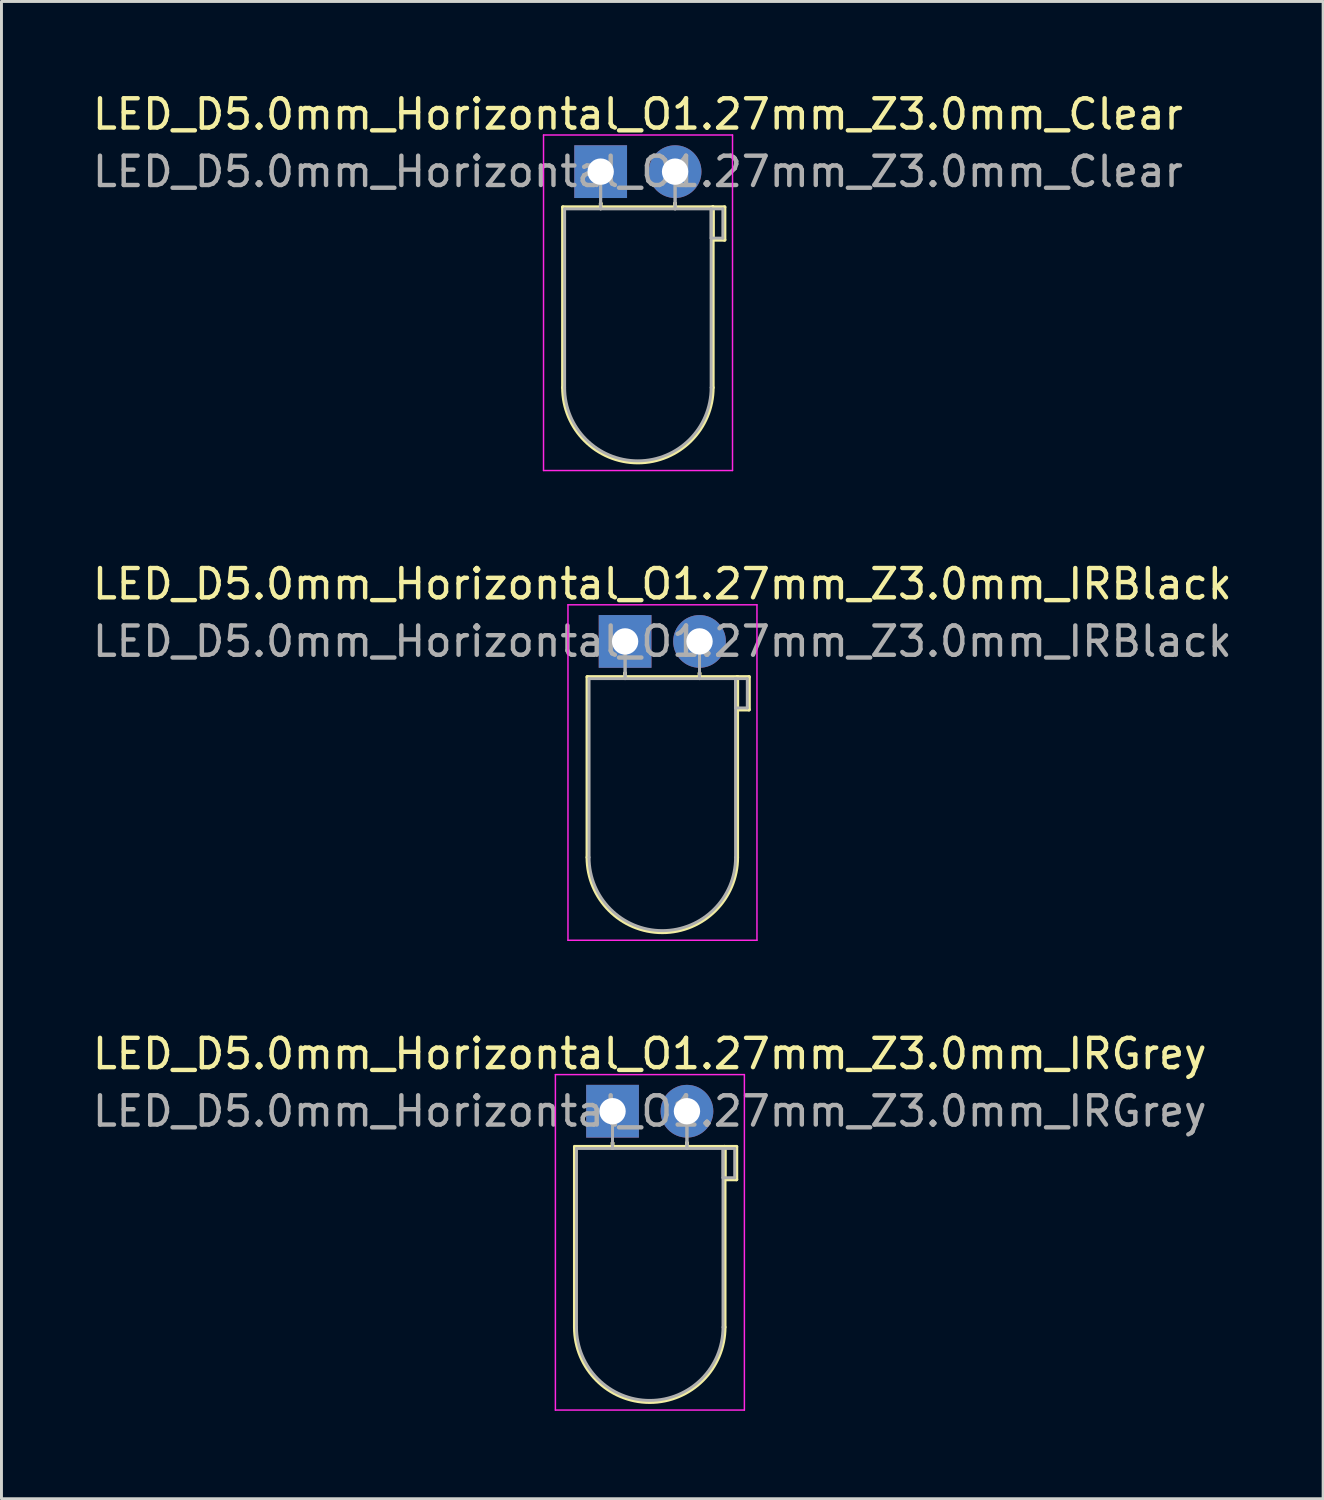
<source format=kicad_pcb>
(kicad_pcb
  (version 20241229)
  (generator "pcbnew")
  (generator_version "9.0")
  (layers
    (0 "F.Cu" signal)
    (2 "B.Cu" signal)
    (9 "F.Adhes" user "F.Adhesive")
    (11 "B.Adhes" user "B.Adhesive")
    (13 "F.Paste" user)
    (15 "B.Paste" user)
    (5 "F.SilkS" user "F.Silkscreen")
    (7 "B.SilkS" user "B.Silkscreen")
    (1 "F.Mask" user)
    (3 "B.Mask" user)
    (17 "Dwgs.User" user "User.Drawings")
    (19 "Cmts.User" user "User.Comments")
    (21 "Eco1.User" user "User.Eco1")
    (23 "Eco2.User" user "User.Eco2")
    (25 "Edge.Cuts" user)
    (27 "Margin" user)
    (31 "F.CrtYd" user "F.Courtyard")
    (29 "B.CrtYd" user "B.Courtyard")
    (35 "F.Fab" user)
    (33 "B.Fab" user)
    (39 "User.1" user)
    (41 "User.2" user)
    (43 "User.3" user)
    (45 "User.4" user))
  (footprint "LED_D5.0mm_Horizontal_O1.27mm_Z3.0mm_IRBlack"
    (layer "F.Cu")
    (at 18.284 18.841)
    (property "Reference" "LED_D5.0mm_Horizontal_O1.27mm_Z3.0mm_IRBlack" (at 1.27 -1.96 0) (layer "F.SilkS") (effects (font (size 1 1) (thickness 0.15))))
    (attr through_hole)
    (fp_line (start -1.29 1.21) (end -1.29 7.37) (stroke (width 0.12) (type solid)) (layer "F.SilkS"))
    (fp_line (start -1.29 1.21) (end 3.83 1.21) (stroke (width 0.12) (type solid)) (layer "F.SilkS"))
    (fp_line (start 0 1.08) (end 0 1.08) (stroke (width 0.12) (type solid)) (layer "F.SilkS"))
    (fp_line (start 0 1.08) (end 0 1.21) (stroke (width 0.12) (type solid)) (layer "F.SilkS"))
    (fp_line (start 0 1.21) (end 0 1.08) (stroke (width 0.12) (type solid)) (layer "F.SilkS"))
    (fp_line (start 0 1.21) (end 0 1.21) (stroke (width 0.12) (type solid)) (layer "F.SilkS"))
    (fp_line (start 2.54 1.08) (end 2.54 1.08) (stroke (width 0.12) (type solid)) (layer "F.SilkS"))
    (fp_line (start 2.54 1.08) (end 2.54 1.21) (stroke (width 0.12) (type solid)) (layer "F.SilkS"))
    (fp_line (start 2.54 1.21) (end 2.54 1.08) (stroke (width 0.12) (type solid)) (layer "F.SilkS"))
    (fp_line (start 2.54 1.21) (end 2.54 1.21) (stroke (width 0.12) (type solid)) (layer "F.SilkS"))
    (fp_line (start 3.83 1.21) (end 3.83 7.37) (stroke (width 0.12) (type solid)) (layer "F.SilkS"))
    (fp_line (start 3.83 1.21) (end 4.23 1.21) (stroke (width 0.12) (type solid)) (layer "F.SilkS"))
    (fp_line (start 3.83 2.33) (end 3.83 1.21) (stroke (width 0.12) (type solid)) (layer "F.SilkS"))
    (fp_line (start 4.23 1.21) (end 4.23 2.33) (stroke (width 0.12) (type solid)) (layer "F.SilkS"))
    (fp_line (start 4.23 2.33) (end 3.83 2.33) (stroke (width 0.12) (type solid)) (layer "F.SilkS"))
    (fp_arc (start 3.83 7.37) (mid 1.27 9.93) (end -1.29 7.37) (stroke (width 0.12) (type solid)) (layer "F.SilkS"))
    (fp_line (start -1.95 -1.25) (end -1.95 10.2) (stroke (width 0.05) (type solid)) (layer "F.CrtYd"))
    (fp_line (start -1.95 10.2) (end 4.5 10.2) (stroke (width 0.05) (type solid)) (layer "F.CrtYd"))
    (fp_line (start 4.5 -1.25) (end -1.95 -1.25) (stroke (width 0.05) (type solid)) (layer "F.CrtYd"))
    (fp_line (start 4.5 10.2) (end 4.5 -1.25) (stroke (width 0.05) (type solid)) (layer "F.CrtYd"))
    (fp_line (start -1.23 1.27) (end -1.23 7.37) (stroke (width 0.1) (type solid)) (layer "F.Fab"))
    (fp_line (start -1.23 1.27) (end 3.77 1.27) (stroke (width 0.1) (type solid)) (layer "F.Fab"))
    (fp_line (start 0 0) (end 0 0) (stroke (width 0.1) (type solid)) (layer "F.Fab"))
    (fp_line (start 0 0) (end 0 1.27) (stroke (width 0.1) (type solid)) (layer "F.Fab"))
    (fp_line (start 0 1.27) (end 0 0) (stroke (width 0.1) (type solid)) (layer "F.Fab"))
    (fp_line (start 0 1.27) (end 0 1.27) (stroke (width 0.1) (type solid)) (layer "F.Fab"))
    (fp_line (start 2.54 0) (end 2.54 0) (stroke (width 0.1) (type solid)) (layer "F.Fab"))
    (fp_line (start 2.54 0) (end 2.54 1.27) (stroke (width 0.1) (type solid)) (layer "F.Fab"))
    (fp_line (start 2.54 1.27) (end 2.54 0) (stroke (width 0.1) (type solid)) (layer "F.Fab"))
    (fp_line (start 2.54 1.27) (end 2.54 1.27) (stroke (width 0.1) (type solid)) (layer "F.Fab"))
    (fp_line (start 3.77 1.27) (end 3.77 7.37) (stroke (width 0.1) (type solid)) (layer "F.Fab"))
    (fp_line (start 3.77 1.27) (end 4.17 1.27) (stroke (width 0.1) (type solid)) (layer "F.Fab"))
    (fp_line (start 3.77 2.27) (end 3.77 1.27) (stroke (width 0.1) (type solid)) (layer "F.Fab"))
    (fp_line (start 4.17 1.27) (end 4.17 2.27) (stroke (width 0.1) (type solid)) (layer "F.Fab"))
    (fp_line (start 4.17 2.27) (end 3.77 2.27) (stroke (width 0.1) (type solid)) (layer "F.Fab"))
    (fp_arc (start 3.77 7.37) (mid 1.27 9.87) (end -1.23 7.37) (stroke (width 0.1) (type solid)) (layer "F.Fab"))
    (fp_text user "${REFERENCE}" (at 1.27 0 0) (layer "F.Fab") (effects (font (size 1 1) (thickness 0.15))))
    (pad "1" thru_hole rect (at 0 0) (size 1.8 1.8) (drill 0.9) (layers "*.Cu" "*.Mask"))
    (pad "2" thru_hole circle (at 2.54 0) (size 1.8 1.8) (drill 0.9) (layers "*.Cu" "*.Mask")))
  (footprint "LED_D5.0mm_Horizontal_O1.27mm_Z3.0mm_Clear"
    (layer "F.Cu")
    (at 17.45 2.808)
    (property "Reference" "LED_D5.0mm_Horizontal_O1.27mm_Z3.0mm_Clear" (at 1.27 -1.96 0) (layer "F.SilkS") (effects (font (size 1 1) (thickness 0.15))))
    (attr through_hole)
    (fp_line (start -1.29 1.21) (end -1.29 7.37) (stroke (width 0.12) (type solid)) (layer "F.SilkS"))
    (fp_line (start -1.29 1.21) (end 3.83 1.21) (stroke (width 0.12) (type solid)) (layer "F.SilkS"))
    (fp_line (start 0 1.08) (end 0 1.08) (stroke (width 0.12) (type solid)) (layer "F.SilkS"))
    (fp_line (start 0 1.08) (end 0 1.21) (stroke (width 0.12) (type solid)) (layer "F.SilkS"))
    (fp_line (start 0 1.21) (end 0 1.08) (stroke (width 0.12) (type solid)) (layer "F.SilkS"))
    (fp_line (start 0 1.21) (end 0 1.21) (stroke (width 0.12) (type solid)) (layer "F.SilkS"))
    (fp_line (start 2.54 1.08) (end 2.54 1.08) (stroke (width 0.12) (type solid)) (layer "F.SilkS"))
    (fp_line (start 2.54 1.08) (end 2.54 1.21) (stroke (width 0.12) (type solid)) (layer "F.SilkS"))
    (fp_line (start 2.54 1.21) (end 2.54 1.08) (stroke (width 0.12) (type solid)) (layer "F.SilkS"))
    (fp_line (start 2.54 1.21) (end 2.54 1.21) (stroke (width 0.12) (type solid)) (layer "F.SilkS"))
    (fp_line (start 3.83 1.21) (end 3.83 7.37) (stroke (width 0.12) (type solid)) (layer "F.SilkS"))
    (fp_line (start 3.83 1.21) (end 4.23 1.21) (stroke (width 0.12) (type solid)) (layer "F.SilkS"))
    (fp_line (start 3.83 2.33) (end 3.83 1.21) (stroke (width 0.12) (type solid)) (layer "F.SilkS"))
    (fp_line (start 4.23 1.21) (end 4.23 2.33) (stroke (width 0.12) (type solid)) (layer "F.SilkS"))
    (fp_line (start 4.23 2.33) (end 3.83 2.33) (stroke (width 0.12) (type solid)) (layer "F.SilkS"))
    (fp_arc (start 3.83 7.37) (mid 1.27 9.93) (end -1.29 7.37) (stroke (width 0.12) (type solid)) (layer "F.SilkS"))
    (fp_line (start -1.95 -1.25) (end -1.95 10.2) (stroke (width 0.05) (type solid)) (layer "F.CrtYd"))
    (fp_line (start -1.95 10.2) (end 4.5 10.2) (stroke (width 0.05) (type solid)) (layer "F.CrtYd"))
    (fp_line (start 4.5 -1.25) (end -1.95 -1.25) (stroke (width 0.05) (type solid)) (layer "F.CrtYd"))
    (fp_line (start 4.5 10.2) (end 4.5 -1.25) (stroke (width 0.05) (type solid)) (layer "F.CrtYd"))
    (fp_line (start -1.23 1.27) (end -1.23 7.37) (stroke (width 0.1) (type solid)) (layer "F.Fab"))
    (fp_line (start -1.23 1.27) (end 3.77 1.27) (stroke (width 0.1) (type solid)) (layer "F.Fab"))
    (fp_line (start 0 0) (end 0 0) (stroke (width 0.1) (type solid)) (layer "F.Fab"))
    (fp_line (start 0 0) (end 0 1.27) (stroke (width 0.1) (type solid)) (layer "F.Fab"))
    (fp_line (start 0 1.27) (end 0 0) (stroke (width 0.1) (type solid)) (layer "F.Fab"))
    (fp_line (start 0 1.27) (end 0 1.27) (stroke (width 0.1) (type solid)) (layer "F.Fab"))
    (fp_line (start 2.54 0) (end 2.54 0) (stroke (width 0.1) (type solid)) (layer "F.Fab"))
    (fp_line (start 2.54 0) (end 2.54 1.27) (stroke (width 0.1) (type solid)) (layer "F.Fab"))
    (fp_line (start 2.54 1.27) (end 2.54 0) (stroke (width 0.1) (type solid)) (layer "F.Fab"))
    (fp_line (start 2.54 1.27) (end 2.54 1.27) (stroke (width 0.1) (type solid)) (layer "F.Fab"))
    (fp_line (start 3.77 1.27) (end 3.77 7.37) (stroke (width 0.1) (type solid)) (layer "F.Fab"))
    (fp_line (start 3.77 1.27) (end 4.17 1.27) (stroke (width 0.1) (type solid)) (layer "F.Fab"))
    (fp_line (start 3.77 2.27) (end 3.77 1.27) (stroke (width 0.1) (type solid)) (layer "F.Fab"))
    (fp_line (start 4.17 1.27) (end 4.17 2.27) (stroke (width 0.1) (type solid)) (layer "F.Fab"))
    (fp_line (start 4.17 2.27) (end 3.77 2.27) (stroke (width 0.1) (type solid)) (layer "F.Fab"))
    (fp_arc (start 3.77 7.37) (mid 1.27 9.87) (end -1.23 7.37) (stroke (width 0.1) (type solid)) (layer "F.Fab"))
    (fp_text user "${REFERENCE}" (at 1.27 0 0) (layer "F.Fab") (effects (font (size 1 1) (thickness 0.15))))
    (pad "1" thru_hole rect (at 0 0) (size 1.8 1.8) (drill 0.9) (layers "*.Cu" "*.Mask"))
    (pad "2" thru_hole circle (at 2.54 0) (size 1.8 1.8) (drill 0.9) (layers "*.Cu" "*.Mask")))
  (footprint "LED_D5.0mm_Horizontal_O1.27mm_Z3.0mm_IRGrey"
    (layer "F.Cu")
    (at 17.855 34.875)
    (property "Reference" "LED_D5.0mm_Horizontal_O1.27mm_Z3.0mm_IRGrey" (at 1.27 -1.96 0) (layer "F.SilkS") (effects (font (size 1 1) (thickness 0.15))))
    (attr through_hole)
    (fp_line (start -1.29 1.21) (end -1.29 7.37) (stroke (width 0.12) (type solid)) (layer "F.SilkS"))
    (fp_line (start -1.29 1.21) (end 3.83 1.21) (stroke (width 0.12) (type solid)) (layer "F.SilkS"))
    (fp_line (start 0 1.08) (end 0 1.08) (stroke (width 0.12) (type solid)) (layer "F.SilkS"))
    (fp_line (start 0 1.08) (end 0 1.21) (stroke (width 0.12) (type solid)) (layer "F.SilkS"))
    (fp_line (start 0 1.21) (end 0 1.08) (stroke (width 0.12) (type solid)) (layer "F.SilkS"))
    (fp_line (start 0 1.21) (end 0 1.21) (stroke (width 0.12) (type solid)) (layer "F.SilkS"))
    (fp_line (start 2.54 1.08) (end 2.54 1.08) (stroke (width 0.12) (type solid)) (layer "F.SilkS"))
    (fp_line (start 2.54 1.08) (end 2.54 1.21) (stroke (width 0.12) (type solid)) (layer "F.SilkS"))
    (fp_line (start 2.54 1.21) (end 2.54 1.08) (stroke (width 0.12) (type solid)) (layer "F.SilkS"))
    (fp_line (start 2.54 1.21) (end 2.54 1.21) (stroke (width 0.12) (type solid)) (layer "F.SilkS"))
    (fp_line (start 3.83 1.21) (end 3.83 7.37) (stroke (width 0.12) (type solid)) (layer "F.SilkS"))
    (fp_line (start 3.83 1.21) (end 4.23 1.21) (stroke (width 0.12) (type solid)) (layer "F.SilkS"))
    (fp_line (start 3.83 2.33) (end 3.83 1.21) (stroke (width 0.12) (type solid)) (layer "F.SilkS"))
    (fp_line (start 4.23 1.21) (end 4.23 2.33) (stroke (width 0.12) (type solid)) (layer "F.SilkS"))
    (fp_line (start 4.23 2.33) (end 3.83 2.33) (stroke (width 0.12) (type solid)) (layer "F.SilkS"))
    (fp_arc (start 3.83 7.37) (mid 1.27 9.93) (end -1.29 7.37) (stroke (width 0.12) (type solid)) (layer "F.SilkS"))
    (fp_line (start -1.95 -1.25) (end -1.95 10.2) (stroke (width 0.05) (type solid)) (layer "F.CrtYd"))
    (fp_line (start -1.95 10.2) (end 4.5 10.2) (stroke (width 0.05) (type solid)) (layer "F.CrtYd"))
    (fp_line (start 4.5 -1.25) (end -1.95 -1.25) (stroke (width 0.05) (type solid)) (layer "F.CrtYd"))
    (fp_line (start 4.5 10.2) (end 4.5 -1.25) (stroke (width 0.05) (type solid)) (layer "F.CrtYd"))
    (fp_line (start -1.23 1.27) (end -1.23 7.37) (stroke (width 0.1) (type solid)) (layer "F.Fab"))
    (fp_line (start -1.23 1.27) (end 3.77 1.27) (stroke (width 0.1) (type solid)) (layer "F.Fab"))
    (fp_line (start 0 0) (end 0 0) (stroke (width 0.1) (type solid)) (layer "F.Fab"))
    (fp_line (start 0 0) (end 0 1.27) (stroke (width 0.1) (type solid)) (layer "F.Fab"))
    (fp_line (start 0 1.27) (end 0 0) (stroke (width 0.1) (type solid)) (layer "F.Fab"))
    (fp_line (start 0 1.27) (end 0 1.27) (stroke (width 0.1) (type solid)) (layer "F.Fab"))
    (fp_line (start 2.54 0) (end 2.54 0) (stroke (width 0.1) (type solid)) (layer "F.Fab"))
    (fp_line (start 2.54 0) (end 2.54 1.27) (stroke (width 0.1) (type solid)) (layer "F.Fab"))
    (fp_line (start 2.54 1.27) (end 2.54 0) (stroke (width 0.1) (type solid)) (layer "F.Fab"))
    (fp_line (start 2.54 1.27) (end 2.54 1.27) (stroke (width 0.1) (type solid)) (layer "F.Fab"))
    (fp_line (start 3.77 1.27) (end 3.77 7.37) (stroke (width 0.1) (type solid)) (layer "F.Fab"))
    (fp_line (start 3.77 1.27) (end 4.17 1.27) (stroke (width 0.1) (type solid)) (layer "F.Fab"))
    (fp_line (start 3.77 2.27) (end 3.77 1.27) (stroke (width 0.1) (type solid)) (layer "F.Fab"))
    (fp_line (start 4.17 1.27) (end 4.17 2.27) (stroke (width 0.1) (type solid)) (layer "F.Fab"))
    (fp_line (start 4.17 2.27) (end 3.77 2.27) (stroke (width 0.1) (type solid)) (layer "F.Fab"))
    (fp_arc (start 3.77 7.37) (mid 1.27 9.87) (end -1.23 7.37) (stroke (width 0.1) (type solid)) (layer "F.Fab"))
    (fp_text user "${REFERENCE}" (at 1.27 0 0) (layer "F.Fab") (effects (font (size 1 1) (thickness 0.15))))
    (pad "1" thru_hole rect (at 0 0) (size 1.8 1.8) (drill 0.9) (layers "*.Cu" "*.Mask"))
    (pad "2" thru_hole circle (at 2.54 0) (size 1.8 1.8) (drill 0.9) (layers "*.Cu" "*.Mask")))
  (gr_rect
    (start -3 -3)
    (end 42.107 48.1)
    (stroke (width 0.1) (type default))
    (fill no)
    (layer "Edge.Cuts")))
</source>
